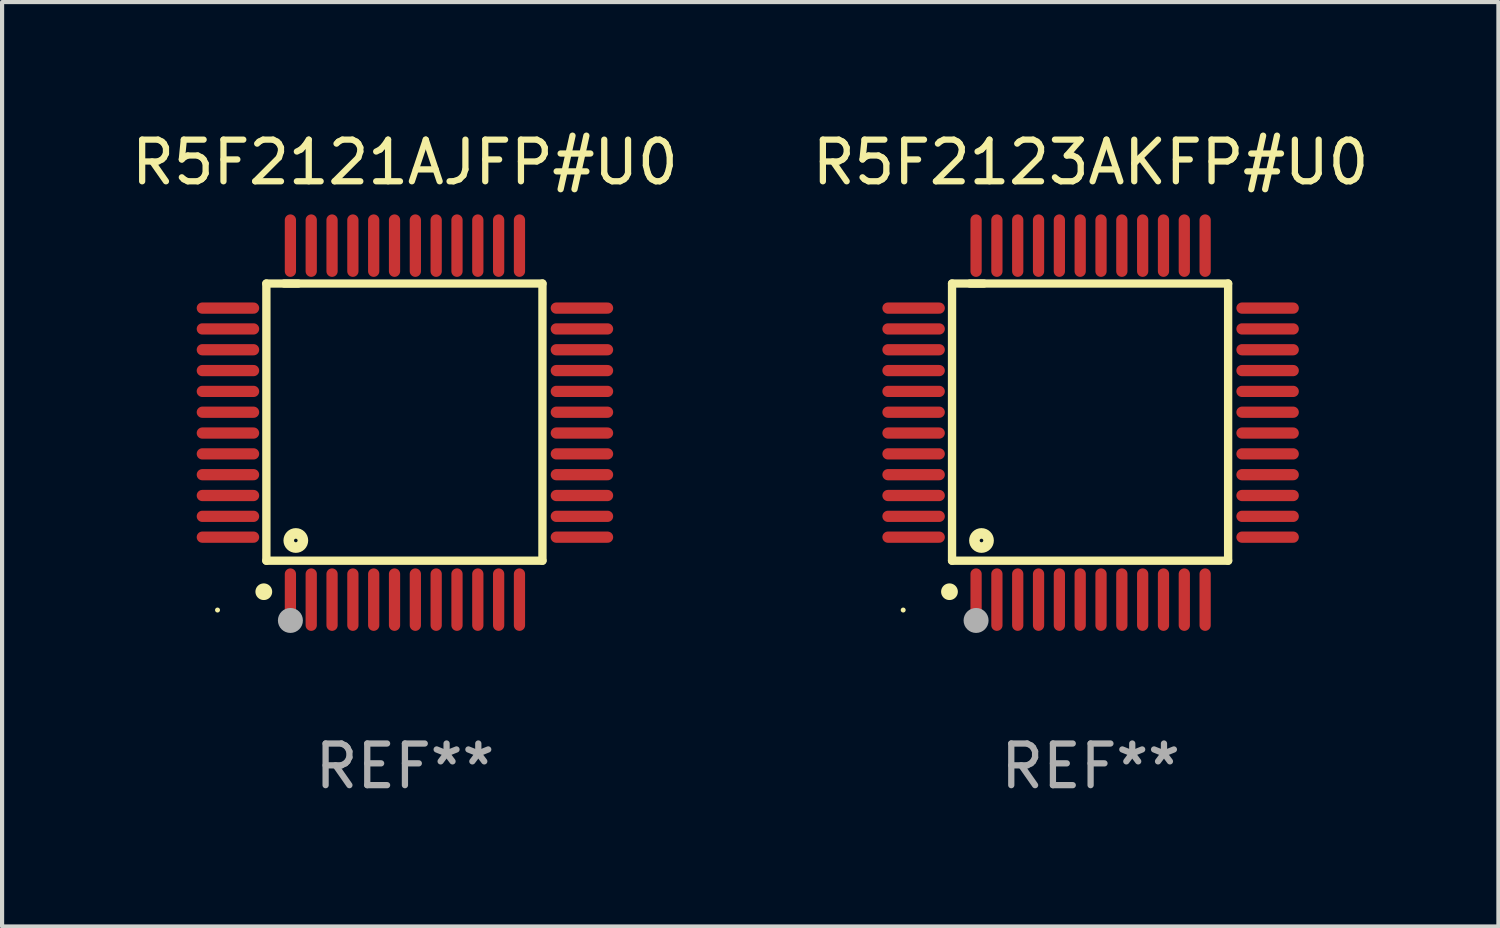
<source format=kicad_pcb>
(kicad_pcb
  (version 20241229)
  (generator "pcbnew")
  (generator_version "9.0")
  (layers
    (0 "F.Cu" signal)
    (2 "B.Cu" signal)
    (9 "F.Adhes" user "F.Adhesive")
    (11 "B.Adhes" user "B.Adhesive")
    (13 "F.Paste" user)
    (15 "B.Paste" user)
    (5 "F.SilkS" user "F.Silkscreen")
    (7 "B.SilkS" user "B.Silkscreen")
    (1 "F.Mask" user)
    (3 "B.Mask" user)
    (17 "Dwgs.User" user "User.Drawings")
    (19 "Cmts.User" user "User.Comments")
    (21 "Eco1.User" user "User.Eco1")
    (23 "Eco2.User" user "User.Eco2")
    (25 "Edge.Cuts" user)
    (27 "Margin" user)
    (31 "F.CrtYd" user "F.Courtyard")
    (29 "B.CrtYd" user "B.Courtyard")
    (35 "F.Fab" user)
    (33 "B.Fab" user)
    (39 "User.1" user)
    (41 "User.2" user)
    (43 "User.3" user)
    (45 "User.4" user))
  (footprint "R5F2123AKFP#U0"
    (layer "F.Cu")
    (at 23.137 7.098)
    (property "Reference" "R5F2123AKFP#U0" (at 0 -6.25 0) (layer "F.SilkS") (effects (font (size 1 1) (thickness 0.15))))
    (attr through_hole)
    (fp_line (start -3.327 -3.34) (end -2.565 -3.34) (stroke (width 0.2) (type solid)) (layer "F.SilkS"))
    (fp_line (start -3.327 3.315) (end -3.327 -3.34) (stroke (width 0.2) (type solid)) (layer "F.SilkS"))
    (fp_line (start -2.896 -3.34) (end 3.302 -3.34) (stroke (width 0.2) (type solid)) (layer "F.SilkS"))
    (fp_line (start 3.302 -3.34) (end 3.302 3.315) (stroke (width 0.2) (type solid)) (layer "F.SilkS"))
    (fp_line (start 3.302 3.315) (end -3.327 3.315) (stroke (width 0.2) (type solid)) (layer "F.SilkS"))
    (fp_arc (start -3.389992 4.059995) (mid -3.388722 4.059991) (end -3.387452 4.059995) (stroke (width 0.4) (type solid)) (layer "F.SilkS"))
    (fp_circle (center -4.5 4.5) (end -4.47 4.5) (stroke (width 0.06) (type solid)) (fill no) (layer "F.SilkS"))
    (fp_circle (center -2.62 2.83) (end -2.45 2.83) (stroke (width 0.254) (type solid)) (fill no) (layer "F.SilkS"))
    (fp_circle (center -2.75 4.75) (end -2.6 4.75) (stroke (width 0.3) (type solid)) (fill no) (layer "F.Fab"))
    (fp_text user "REF**" (at 0 8.25 0) (layer "F.Fab") (effects (font (size 1 1) (thickness 0.15))))
    (pad "1" smd oval (at -2.75 4.25) (size 0.27 1.5) (layers "F.Cu" "F.Mask" "F.Paste"))
    (pad "2" smd oval (at -2.25 4.25) (size 0.27 1.5) (layers "F.Cu" "F.Mask" "F.Paste"))
    (pad "3" smd oval (at -1.75 4.25) (size 0.27 1.5) (layers "F.Cu" "F.Mask" "F.Paste"))
    (pad "4" smd oval (at -1.25 4.25) (size 0.27 1.5) (layers "F.Cu" "F.Mask" "F.Paste"))
    (pad "5" smd oval (at -0.75 4.25) (size 0.27 1.5) (layers "F.Cu" "F.Mask" "F.Paste"))
    (pad "6" smd oval (at -0.25 4.25) (size 0.27 1.5) (layers "F.Cu" "F.Mask" "F.Paste"))
    (pad "7" smd oval (at 0.25 4.25) (size 0.27 1.5) (layers "F.Cu" "F.Mask" "F.Paste"))
    (pad "8" smd oval (at 0.75 4.25) (size 0.27 1.5) (layers "F.Cu" "F.Mask" "F.Paste"))
    (pad "9" smd oval (at 1.25 4.25) (size 0.27 1.5) (layers "F.Cu" "F.Mask" "F.Paste"))
    (pad "10" smd oval (at 1.75 4.25) (size 0.27 1.5) (layers "F.Cu" "F.Mask" "F.Paste"))
    (pad "11" smd oval (at 2.25 4.25) (size 0.27 1.5) (layers "F.Cu" "F.Mask" "F.Paste"))
    (pad "12" smd oval (at 2.75 4.25) (size 0.27 1.5) (layers "F.Cu" "F.Mask" "F.Paste"))
    (pad "13" smd oval (at 4.25 2.75) (size 1.5 0.27) (layers "F.Cu" "F.Mask" "F.Paste"))
    (pad "14" smd oval (at 4.25 2.25) (size 1.5 0.27) (layers "F.Cu" "F.Mask" "F.Paste"))
    (pad "15" smd oval (at 4.25 1.75) (size 1.5 0.27) (layers "F.Cu" "F.Mask" "F.Paste"))
    (pad "16" smd oval (at 4.25 1.25) (size 1.5 0.27) (layers "F.Cu" "F.Mask" "F.Paste"))
    (pad "17" smd oval (at 4.25 0.75) (size 1.5 0.27) (layers "F.Cu" "F.Mask" "F.Paste"))
    (pad "18" smd oval (at 4.25 0.25) (size 1.5 0.27) (layers "F.Cu" "F.Mask" "F.Paste"))
    (pad "19" smd oval (at 4.25 -0.25) (size 1.5 0.27) (layers "F.Cu" "F.Mask" "F.Paste"))
    (pad "20" smd oval (at 4.25 -0.75) (size 1.5 0.27) (layers "F.Cu" "F.Mask" "F.Paste"))
    (pad "21" smd oval (at 4.25 -1.25) (size 1.5 0.27) (layers "F.Cu" "F.Mask" "F.Paste"))
    (pad "22" smd oval (at 4.25 -1.75) (size 1.5 0.27) (layers "F.Cu" "F.Mask" "F.Paste"))
    (pad "23" smd oval (at 4.25 -2.25) (size 1.5 0.27) (layers "F.Cu" "F.Mask" "F.Paste"))
    (pad "24" smd oval (at 4.25 -2.75) (size 1.5 0.27) (layers "F.Cu" "F.Mask" "F.Paste"))
    (pad "25" smd oval (at 2.75 -4.25) (size 0.27 1.5) (layers "F.Cu" "F.Mask" "F.Paste"))
    (pad "26" smd oval (at 2.25 -4.25) (size 0.27 1.5) (layers "F.Cu" "F.Mask" "F.Paste"))
    (pad "27" smd oval (at 1.75 -4.25) (size 0.27 1.5) (layers "F.Cu" "F.Mask" "F.Paste"))
    (pad "28" smd oval (at 1.25 -4.25) (size 0.27 1.5) (layers "F.Cu" "F.Mask" "F.Paste"))
    (pad "29" smd oval (at 0.75 -4.25) (size 0.27 1.5) (layers "F.Cu" "F.Mask" "F.Paste"))
    (pad "30" smd oval (at 0.25 -4.25) (size 0.27 1.5) (layers "F.Cu" "F.Mask" "F.Paste"))
    (pad "31" smd oval (at -0.25 -4.25) (size 0.27 1.5) (layers "F.Cu" "F.Mask" "F.Paste"))
    (pad "32" smd oval (at -0.75 -4.25) (size 0.27 1.5) (layers "F.Cu" "F.Mask" "F.Paste"))
    (pad "33" smd oval (at -1.25 -4.25) (size 0.27 1.5) (layers "F.Cu" "F.Mask" "F.Paste"))
    (pad "34" smd oval (at -1.75 -4.25) (size 0.27 1.5) (layers "F.Cu" "F.Mask" "F.Paste"))
    (pad "35" smd oval (at -2.25 -4.25) (size 0.27 1.5) (layers "F.Cu" "F.Mask" "F.Paste"))
    (pad "36" smd oval (at -2.75 -4.25) (size 0.27 1.5) (layers "F.Cu" "F.Mask" "F.Paste"))
    (pad "37" smd oval (at -4.25 -2.75) (size 1.5 0.27) (layers "F.Cu" "F.Mask" "F.Paste"))
    (pad "38" smd oval (at -4.25 -2.25) (size 1.5 0.27) (layers "F.Cu" "F.Mask" "F.Paste"))
    (pad "39" smd oval (at -4.25 -1.75) (size 1.5 0.27) (layers "F.Cu" "F.Mask" "F.Paste"))
    (pad "40" smd oval (at -4.25 -1.25) (size 1.5 0.27) (layers "F.Cu" "F.Mask" "F.Paste"))
    (pad "41" smd oval (at -4.25 -0.75) (size 1.5 0.27) (layers "F.Cu" "F.Mask" "F.Paste"))
    (pad "42" smd oval (at -4.25 -0.25) (size 1.5 0.27) (layers "F.Cu" "F.Mask" "F.Paste"))
    (pad "43" smd oval (at -4.25 0.25) (size 1.5 0.27) (layers "F.Cu" "F.Mask" "F.Paste"))
    (pad "44" smd oval (at -4.25 0.75) (size 1.5 0.27) (layers "F.Cu" "F.Mask" "F.Paste"))
    (pad "45" smd oval (at -4.25 1.25) (size 1.5 0.27) (layers "F.Cu" "F.Mask" "F.Paste"))
    (pad "46" smd oval (at -4.25 1.75) (size 1.5 0.27) (layers "F.Cu" "F.Mask" "F.Paste"))
    (pad "47" smd oval (at -4.25 2.25) (size 1.5 0.27) (layers "F.Cu" "F.Mask" "F.Paste"))
    (pad "48" smd oval (at -4.25 2.75) (size 1.5 0.27) (layers "F.Cu" "F.Mask" "F.Paste")))
  (footprint "R5F2121AJFP#U0"
    (layer "F.Cu")
    (at 6.673 7.098)
    (property "Reference" "R5F2121AJFP#U0" (at 0 -6.25 0) (layer "F.SilkS") (effects (font (size 1 1) (thickness 0.15))))
    (attr through_hole)
    (fp_line (start -3.327 -3.34) (end -2.565 -3.34) (stroke (width 0.2) (type solid)) (layer "F.SilkS"))
    (fp_line (start -3.327 3.315) (end -3.327 -3.34) (stroke (width 0.2) (type solid)) (layer "F.SilkS"))
    (fp_line (start -2.896 -3.34) (end 3.302 -3.34) (stroke (width 0.2) (type solid)) (layer "F.SilkS"))
    (fp_line (start 3.302 -3.34) (end 3.302 3.315) (stroke (width 0.2) (type solid)) (layer "F.SilkS"))
    (fp_line (start 3.302 3.315) (end -3.327 3.315) (stroke (width 0.2) (type solid)) (layer "F.SilkS"))
    (fp_arc (start -3.389992 4.059995) (mid -3.388722 4.059991) (end -3.387452 4.059995) (stroke (width 0.4) (type solid)) (layer "F.SilkS"))
    (fp_circle (center -4.5 4.5) (end -4.47 4.5) (stroke (width 0.06) (type solid)) (fill no) (layer "F.SilkS"))
    (fp_circle (center -2.62 2.83) (end -2.45 2.83) (stroke (width 0.254) (type solid)) (fill no) (layer "F.SilkS"))
    (fp_circle (center -2.75 4.75) (end -2.6 4.75) (stroke (width 0.3) (type solid)) (fill no) (layer "F.Fab"))
    (fp_text user "REF**" (at 0 8.25 0) (layer "F.Fab") (effects (font (size 1 1) (thickness 0.15))))
    (pad "1" smd oval (at -2.75 4.25) (size 0.27 1.5) (layers "F.Cu" "F.Mask" "F.Paste"))
    (pad "2" smd oval (at -2.25 4.25) (size 0.27 1.5) (layers "F.Cu" "F.Mask" "F.Paste"))
    (pad "3" smd oval (at -1.75 4.25) (size 0.27 1.5) (layers "F.Cu" "F.Mask" "F.Paste"))
    (pad "4" smd oval (at -1.25 4.25) (size 0.27 1.5) (layers "F.Cu" "F.Mask" "F.Paste"))
    (pad "5" smd oval (at -0.75 4.25) (size 0.27 1.5) (layers "F.Cu" "F.Mask" "F.Paste"))
    (pad "6" smd oval (at -0.25 4.25) (size 0.27 1.5) (layers "F.Cu" "F.Mask" "F.Paste"))
    (pad "7" smd oval (at 0.25 4.25) (size 0.27 1.5) (layers "F.Cu" "F.Mask" "F.Paste"))
    (pad "8" smd oval (at 0.75 4.25) (size 0.27 1.5) (layers "F.Cu" "F.Mask" "F.Paste"))
    (pad "9" smd oval (at 1.25 4.25) (size 0.27 1.5) (layers "F.Cu" "F.Mask" "F.Paste"))
    (pad "10" smd oval (at 1.75 4.25) (size 0.27 1.5) (layers "F.Cu" "F.Mask" "F.Paste"))
    (pad "11" smd oval (at 2.25 4.25) (size 0.27 1.5) (layers "F.Cu" "F.Mask" "F.Paste"))
    (pad "12" smd oval (at 2.75 4.25) (size 0.27 1.5) (layers "F.Cu" "F.Mask" "F.Paste"))
    (pad "13" smd oval (at 4.25 2.75) (size 1.5 0.27) (layers "F.Cu" "F.Mask" "F.Paste"))
    (pad "14" smd oval (at 4.25 2.25) (size 1.5 0.27) (layers "F.Cu" "F.Mask" "F.Paste"))
    (pad "15" smd oval (at 4.25 1.75) (size 1.5 0.27) (layers "F.Cu" "F.Mask" "F.Paste"))
    (pad "16" smd oval (at 4.25 1.25) (size 1.5 0.27) (layers "F.Cu" "F.Mask" "F.Paste"))
    (pad "17" smd oval (at 4.25 0.75) (size 1.5 0.27) (layers "F.Cu" "F.Mask" "F.Paste"))
    (pad "18" smd oval (at 4.25 0.25) (size 1.5 0.27) (layers "F.Cu" "F.Mask" "F.Paste"))
    (pad "19" smd oval (at 4.25 -0.25) (size 1.5 0.27) (layers "F.Cu" "F.Mask" "F.Paste"))
    (pad "20" smd oval (at 4.25 -0.75) (size 1.5 0.27) (layers "F.Cu" "F.Mask" "F.Paste"))
    (pad "21" smd oval (at 4.25 -1.25) (size 1.5 0.27) (layers "F.Cu" "F.Mask" "F.Paste"))
    (pad "22" smd oval (at 4.25 -1.75) (size 1.5 0.27) (layers "F.Cu" "F.Mask" "F.Paste"))
    (pad "23" smd oval (at 4.25 -2.25) (size 1.5 0.27) (layers "F.Cu" "F.Mask" "F.Paste"))
    (pad "24" smd oval (at 4.25 -2.75) (size 1.5 0.27) (layers "F.Cu" "F.Mask" "F.Paste"))
    (pad "25" smd oval (at 2.75 -4.25) (size 0.27 1.5) (layers "F.Cu" "F.Mask" "F.Paste"))
    (pad "26" smd oval (at 2.25 -4.25) (size 0.27 1.5) (layers "F.Cu" "F.Mask" "F.Paste"))
    (pad "27" smd oval (at 1.75 -4.25) (size 0.27 1.5) (layers "F.Cu" "F.Mask" "F.Paste"))
    (pad "28" smd oval (at 1.25 -4.25) (size 0.27 1.5) (layers "F.Cu" "F.Mask" "F.Paste"))
    (pad "29" smd oval (at 0.75 -4.25) (size 0.27 1.5) (layers "F.Cu" "F.Mask" "F.Paste"))
    (pad "30" smd oval (at 0.25 -4.25) (size 0.27 1.5) (layers "F.Cu" "F.Mask" "F.Paste"))
    (pad "31" smd oval (at -0.25 -4.25) (size 0.27 1.5) (layers "F.Cu" "F.Mask" "F.Paste"))
    (pad "32" smd oval (at -0.75 -4.25) (size 0.27 1.5) (layers "F.Cu" "F.Mask" "F.Paste"))
    (pad "33" smd oval (at -1.25 -4.25) (size 0.27 1.5) (layers "F.Cu" "F.Mask" "F.Paste"))
    (pad "34" smd oval (at -1.75 -4.25) (size 0.27 1.5) (layers "F.Cu" "F.Mask" "F.Paste"))
    (pad "35" smd oval (at -2.25 -4.25) (size 0.27 1.5) (layers "F.Cu" "F.Mask" "F.Paste"))
    (pad "36" smd oval (at -2.75 -4.25) (size 0.27 1.5) (layers "F.Cu" "F.Mask" "F.Paste"))
    (pad "37" smd oval (at -4.25 -2.75) (size 1.5 0.27) (layers "F.Cu" "F.Mask" "F.Paste"))
    (pad "38" smd oval (at -4.25 -2.25) (size 1.5 0.27) (layers "F.Cu" "F.Mask" "F.Paste"))
    (pad "39" smd oval (at -4.25 -1.75) (size 1.5 0.27) (layers "F.Cu" "F.Mask" "F.Paste"))
    (pad "40" smd oval (at -4.25 -1.25) (size 1.5 0.27) (layers "F.Cu" "F.Mask" "F.Paste"))
    (pad "41" smd oval (at -4.25 -0.75) (size 1.5 0.27) (layers "F.Cu" "F.Mask" "F.Paste"))
    (pad "42" smd oval (at -4.25 -0.25) (size 1.5 0.27) (layers "F.Cu" "F.Mask" "F.Paste"))
    (pad "43" smd oval (at -4.25 0.25) (size 1.5 0.27) (layers "F.Cu" "F.Mask" "F.Paste"))
    (pad "44" smd oval (at -4.25 0.75) (size 1.5 0.27) (layers "F.Cu" "F.Mask" "F.Paste"))
    (pad "45" smd oval (at -4.25 1.25) (size 1.5 0.27) (layers "F.Cu" "F.Mask" "F.Paste"))
    (pad "46" smd oval (at -4.25 1.75) (size 1.5 0.27) (layers "F.Cu" "F.Mask" "F.Paste"))
    (pad "47" smd oval (at -4.25 2.25) (size 1.5 0.27) (layers "F.Cu" "F.Mask" "F.Paste"))
    (pad "48" smd oval (at -4.25 2.75) (size 1.5 0.27) (layers "F.Cu" "F.Mask" "F.Paste")))
  (gr_rect
    (start -3 -3)
    (end 32.929 19.196)
    (stroke (width 0.1) (type default))
    (fill no)
    (layer "Edge.Cuts")))
</source>
